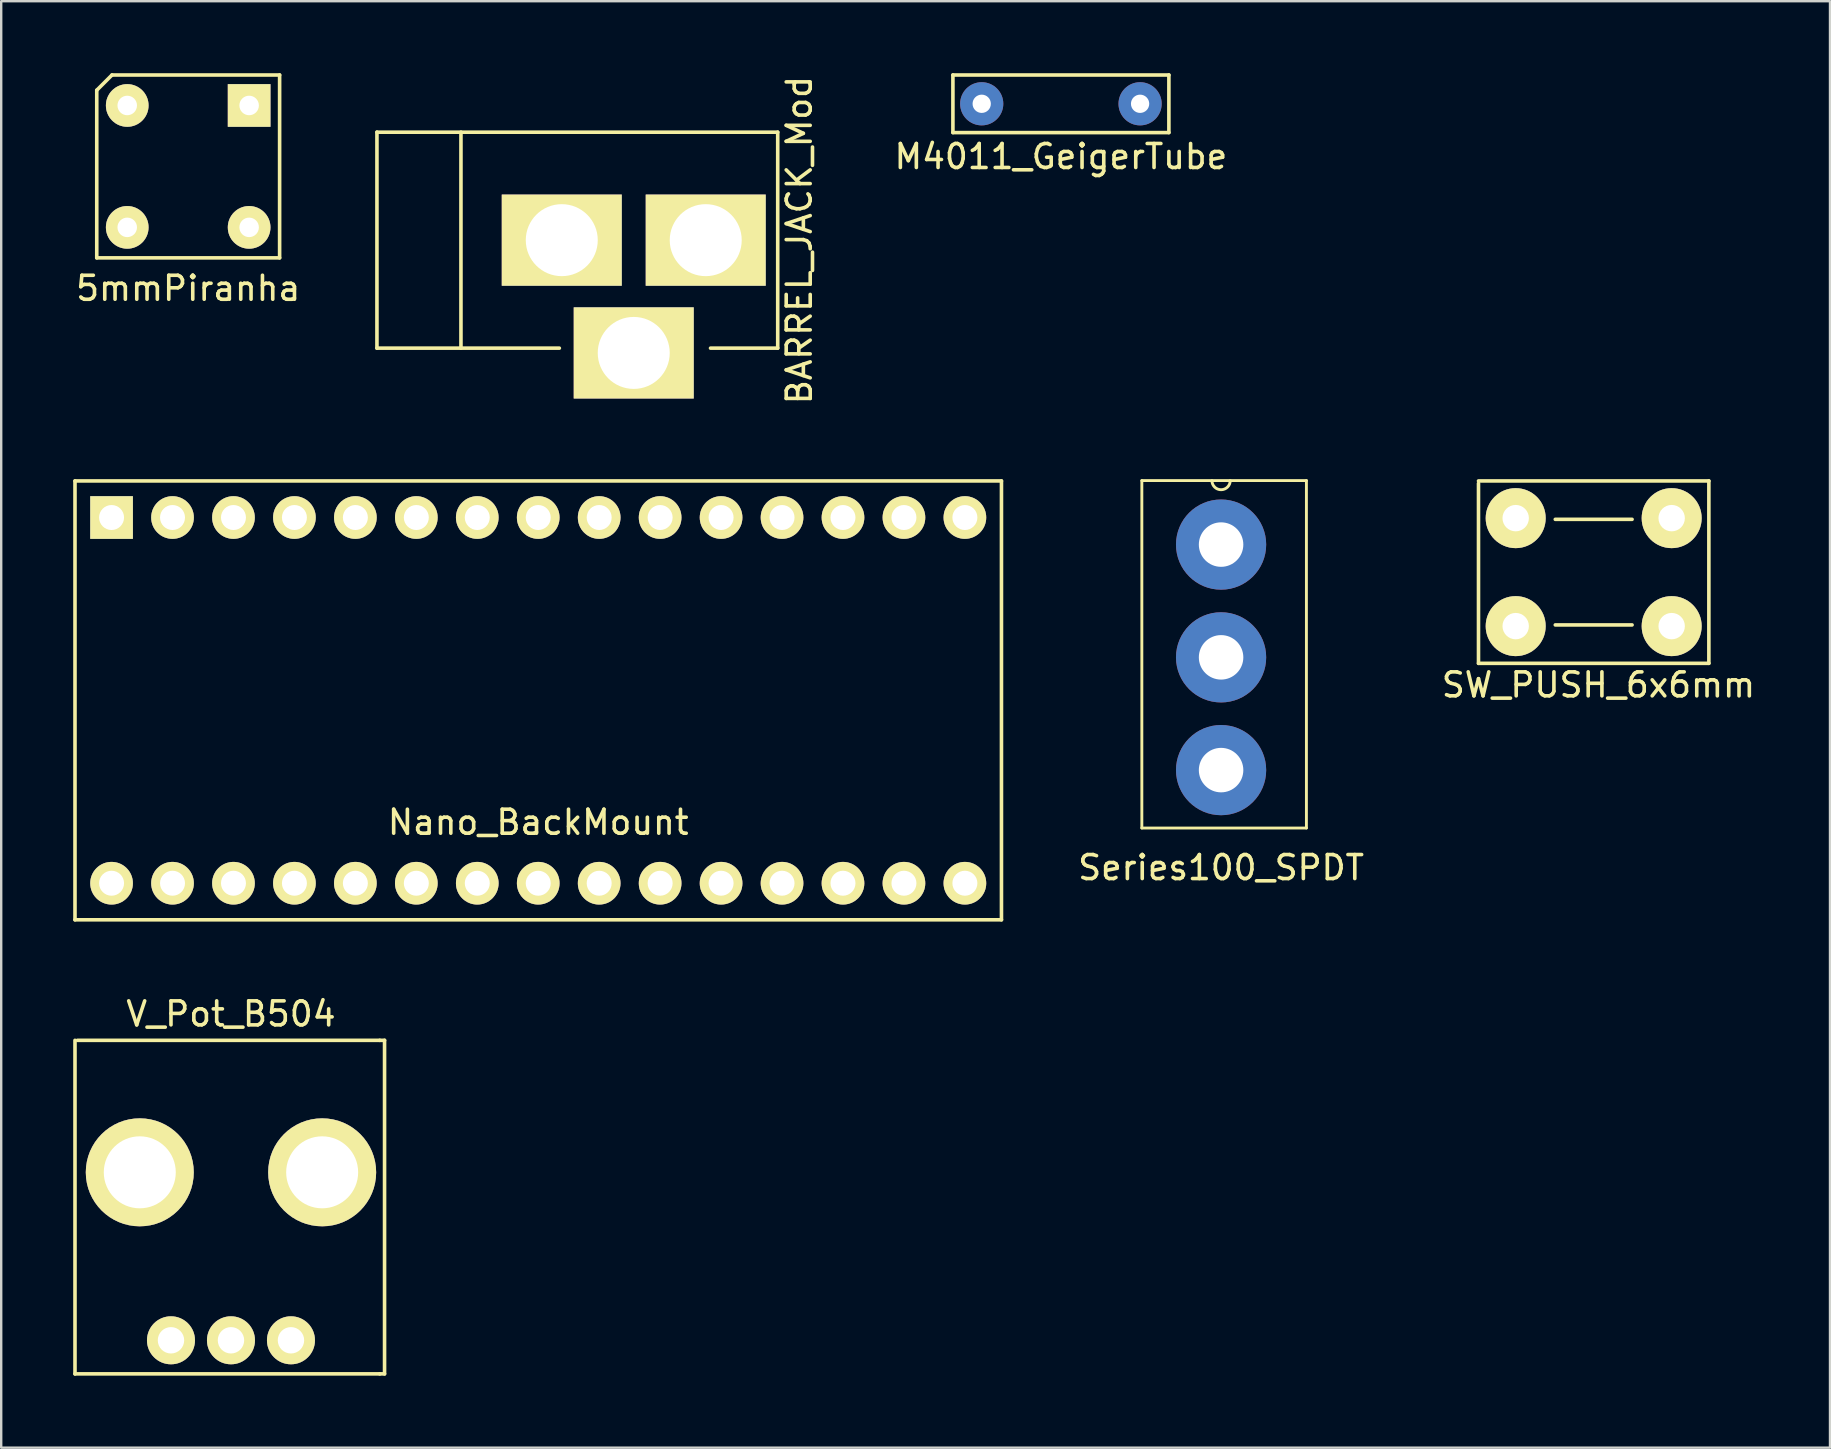
<source format=kicad_pcb>
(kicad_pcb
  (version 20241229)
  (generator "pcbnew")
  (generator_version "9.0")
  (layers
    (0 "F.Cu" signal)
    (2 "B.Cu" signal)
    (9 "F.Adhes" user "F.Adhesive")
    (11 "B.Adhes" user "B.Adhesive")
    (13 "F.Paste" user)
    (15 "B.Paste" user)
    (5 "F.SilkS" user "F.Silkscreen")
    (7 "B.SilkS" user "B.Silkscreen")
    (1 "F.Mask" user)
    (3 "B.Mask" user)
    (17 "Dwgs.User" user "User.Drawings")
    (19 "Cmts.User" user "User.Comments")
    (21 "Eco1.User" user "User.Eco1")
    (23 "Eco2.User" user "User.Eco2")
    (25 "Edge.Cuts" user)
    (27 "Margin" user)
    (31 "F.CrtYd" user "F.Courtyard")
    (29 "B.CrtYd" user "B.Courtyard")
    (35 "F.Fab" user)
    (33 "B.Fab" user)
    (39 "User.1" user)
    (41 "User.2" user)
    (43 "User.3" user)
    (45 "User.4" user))
  (footprint "SW_PUSH_6x6mm"
    (layer "F.Cu")
    (at 63.362 20.792)
    (property "Reference" "SW_PUSH_6x6mm" (at 0.2 4.7 0) (layer "F.SilkS") (effects (font (size 1 1) (thickness 0.15))))
    (attr through_hole)
    (fp_line (start -4.8 -3.8) (end 4.8 -3.8) (stroke (width 0.15) (type solid)) (layer "F.SilkS"))
    (fp_line (start -4.8 3.8) (end -4.8 -3.7) (stroke (width 0.15) (type solid)) (layer "F.SilkS"))
    (fp_line (start -1.6 -2.2) (end 1.6 -2.2) (stroke (width 0.15) (type solid)) (layer "F.SilkS"))
    (fp_line (start -1.6 2.2) (end 1.6 2.2) (stroke (width 0.15) (type solid)) (layer "F.SilkS"))
    (fp_line (start 4.8 -3.8) (end 4.8 3.8) (stroke (width 0.15) (type solid)) (layer "F.SilkS"))
    (fp_line (start 4.8 3.8) (end -4.8 3.8) (stroke (width 0.15) (type solid)) (layer "F.SilkS"))
    (pad "1" thru_hole circle (at -3.25 -2.25) (size 2.5 2.5) (drill 1.1) (layers "*.Cu" "*.Mask" "F.SilkS"))
    (pad "2" thru_hole circle (at 3.25 -2.25) (size 2.5 2.5) (drill 1.1) (layers "*.Cu" "*.Mask" "F.SilkS"))
    (pad "3" thru_hole circle (at 3.25 2.25) (size 2.5 2.5) (drill 1.1) (layers "*.Cu" "*.Mask" "F.SilkS"))
    (pad "4" thru_hole circle (at -3.25 2.25) (size 2.5 2.5) (drill 1.1) (layers "*.Cu" "*.Mask" "F.SilkS")))
  (footprint "BARREL_JACK_Mod"
    (layer "F.Cu")
    (at 20.159 6.958)
    (property "Reference" "BARREL_JACK_Mod" (at 10.099 0 90) (layer "F.SilkS") (effects (font (size 1 1) (thickness 0.15))))
    (attr through_hole)
    (fp_line (start -7.501 -4.501) (end -7.501 4.501) (stroke (width 0.15) (type solid)) (layer "F.SilkS"))
    (fp_line (start -7.5 -4.5) (end 9.2 -4.5) (stroke (width 0.15) (type solid)) (layer "F.SilkS"))
    (fp_line (start -7.5 4.5) (end 0.1 4.5) (stroke (width 0.15) (type solid)) (layer "F.SilkS"))
    (fp_line (start -4 -4.501) (end -4 4.501) (stroke (width 0.15) (type solid)) (layer "F.SilkS"))
    (fp_line (start 9.2 -4.5) (end 9.2 4.5) (stroke (width 0.15) (type solid)) (layer "F.SilkS"))
    (fp_line (start 9.2 4.5) (end 6.4 4.5) (stroke (width 0.15) (type solid)) (layer "F.SilkS"))
    (pad "1" thru_hole rect (at 6.2 0) (size 5 3.8) (drill 3) (layers "*.Cu" "*.Mask" "F.SilkS"))
    (pad "2" thru_hole rect (at 0.201 0) (size 5 3.8) (drill 3) (layers "*.Cu" "*.Mask" "F.SilkS"))
    (pad "3" thru_hole rect (at 3.2 4.699) (size 5 3.8) (drill 3) (layers "*.Cu" "*.Mask" "F.SilkS")))
  (footprint "Series100_SPDT"
    (layer "F.Cu")
    (at 47.835 24.343)
    (property "Reference" "Series100_SPDT" (at 0 8.763 0) (layer "F.SilkS") (effects (font (size 1 1) (thickness 0.15))))
    (attr through_hole)
    (fp_line (start -3.302 -7.366) (end 3.556 -7.366) (stroke (width 0.12) (type solid)) (layer "F.SilkS"))
    (fp_line (start -3.302 7.112) (end -3.302 -7.366) (stroke (width 0.12) (type solid)) (layer "F.SilkS"))
    (fp_line (start -3.302 7.112) (end 3.556 7.112) (stroke (width 0.12) (type solid)) (layer "F.SilkS"))
    (fp_line (start 3.556 -7.366) (end 3.556 7.112) (stroke (width 0.12) (type solid)) (layer "F.SilkS"))
    (fp_arc (start 0.381 -7.366) (mid 0 -6.985) (end -0.381 -7.366) (stroke (width 0.12) (type solid)) (layer "F.SilkS"))
    (pad "1" thru_hole circle (at 0 4.699) (size 3.759 3.759) (drill 1.854) (layers "*.Cu" "*.Mask"))
    (pad "2" thru_hole circle (at 0 0) (size 3.759 3.759) (drill 1.854) (layers "*.Cu" "*.Mask"))
    (pad "3" thru_hole circle (at 0 -4.699) (size 3.759 3.759) (drill 1.854) (layers "*.Cu" "*.Mask")))
  (footprint "V_Pot_B504"
    (layer "F.Cu")
    (at 6.575 52.803)
    (property "Reference" "V_Pot_B504" (at 0 -13.6 0) (layer "F.SilkS") (effects (font (size 1 1) (thickness 0.15))))
    (attr through_hole)
    (fp_line (start -6.5 1.4) (end -6.5 -12.5) (stroke (width 0.15) (type solid)) (layer "F.SilkS"))
    (fp_line (start -6.4 -12.5) (end 6.2 -12.5) (stroke (width 0.15) (type solid)) (layer "F.SilkS"))
    (fp_line (start 6.2 1.4) (end -6.5 1.4) (stroke (width 0.15) (type solid)) (layer "F.SilkS"))
    (fp_line (start 6.4 -12.5) (end 6.2 -12.5) (stroke (width 0.15) (type solid)) (layer "F.SilkS"))
    (fp_line (start 6.4 -12.5) (end 6.4 1.4) (stroke (width 0.15) (type solid)) (layer "F.SilkS"))
    (fp_line (start 6.4 1.4) (end 6.2 1.4) (stroke (width 0.15) (type solid)) (layer "F.SilkS"))
    (pad "1" thru_hole circle (at -2.5 0) (size 2 2) (drill 1.1) (layers "*.Cu" "*.Mask" "F.SilkS"))
    (pad "2" thru_hole circle (at 0 0) (size 2 2) (drill 1.1) (layers "*.Cu" "*.Mask" "F.SilkS"))
    (pad "3" thru_hole circle (at 2.5 0) (size 2 2) (drill 1.1) (layers "*.Cu" "*.Mask" "F.SilkS"))
    (pad "4" thru_hole circle (at 3.8 -7) (size 4.5 4.5) (drill 3) (layers "*.Cu" "*.Mask" "F.SilkS"))
    (pad "5" thru_hole circle (at -3.8 -7) (size 4.5 4.5) (drill 3) (layers "*.Cu" "*.Mask" "F.SilkS")))
  (footprint "Nano_BackMount"
    (layer "F.Cu")
    (at 19.379 26.136)
    (property "Reference" "Nano_BackMount" (at 0 5.08 0) (layer "F.SilkS") (effects (font (size 1 1) (thickness 0.15))))
    (attr through_hole)
    (fp_line (start -19.304 -9.144) (end 19.304 -9.144) (stroke (width 0.15) (type solid)) (layer "F.SilkS"))
    (fp_line (start -19.304 9.144) (end -19.304 -9.144) (stroke (width 0.15) (type solid)) (layer "F.SilkS"))
    (fp_line (start 19.304 -9.144) (end 19.304 9.144) (stroke (width 0.15) (type solid)) (layer "F.SilkS"))
    (fp_line (start 19.304 9.144) (end -19.304 9.144) (stroke (width 0.15) (type solid)) (layer "F.SilkS"))
    (pad "1" thru_hole rect (at -17.78 -7.62) (size 1.778 1.778) (drill 1.041) (layers "*.Cu" "*.Mask" "F.SilkS"))
    (pad "2" thru_hole circle (at -15.24 -7.62) (size 1.778 1.778) (drill 1.041) (layers "*.Cu" "*.Mask" "F.SilkS"))
    (pad "3" thru_hole circle (at -12.7 -7.62) (size 1.778 1.778) (drill 1.041) (layers "*.Cu" "*.Mask" "F.SilkS"))
    (pad "4" thru_hole circle (at -10.16 -7.62) (size 1.778 1.778) (drill 1.041) (layers "*.Cu" "*.Mask" "F.SilkS"))
    (pad "5" thru_hole circle (at -7.62 -7.62) (size 1.778 1.778) (drill 1.041) (layers "*.Cu" "*.Mask" "F.SilkS"))
    (pad "6" thru_hole circle (at -5.08 -7.62) (size 1.778 1.778) (drill 1.041) (layers "*.Cu" "*.Mask" "F.SilkS"))
    (pad "7" thru_hole circle (at -2.54 -7.62) (size 1.778 1.778) (drill 1.041) (layers "*.Cu" "*.Mask" "F.SilkS"))
    (pad "8" thru_hole circle (at 0 -7.62) (size 1.778 1.778) (drill 1.041) (layers "*.Cu" "*.Mask" "F.SilkS"))
    (pad "9" thru_hole circle (at 2.54 -7.62) (size 1.778 1.778) (drill 1.041) (layers "*.Cu" "*.Mask" "F.SilkS"))
    (pad "10" thru_hole circle (at 5.08 -7.62) (size 1.778 1.778) (drill 1.041) (layers "*.Cu" "*.Mask" "F.SilkS"))
    (pad "11" thru_hole circle (at 7.62 -7.62) (size 1.778 1.778) (drill 1.041) (layers "*.Cu" "*.Mask" "F.SilkS"))
    (pad "12" thru_hole circle (at 10.16 -7.62) (size 1.778 1.778) (drill 1.041) (layers "*.Cu" "*.Mask" "F.SilkS"))
    (pad "13" thru_hole circle (at 12.7 -7.62) (size 1.778 1.778) (drill 1.041) (layers "*.Cu" "*.Mask" "F.SilkS"))
    (pad "14" thru_hole circle (at 15.24 -7.62) (size 1.778 1.778) (drill 1.041) (layers "*.Cu" "*.Mask" "F.SilkS"))
    (pad "15" thru_hole circle (at 17.78 -7.62) (size 1.778 1.778) (drill 1.041) (layers "*.Cu" "*.Mask" "F.SilkS"))
    (pad "16" thru_hole circle (at 17.78 7.62) (size 1.778 1.778) (drill 1.041) (layers "*.Cu" "*.Mask" "F.SilkS"))
    (pad "17" thru_hole circle (at 15.24 7.62) (size 1.778 1.778) (drill 1.041) (layers "*.Cu" "*.Mask" "F.SilkS"))
    (pad "18" thru_hole circle (at 12.7 7.62) (size 1.778 1.778) (drill 1.041) (layers "*.Cu" "*.Mask" "F.SilkS"))
    (pad "19" thru_hole circle (at 10.16 7.62) (size 1.778 1.778) (drill 1.041) (layers "*.Cu" "*.Mask" "F.SilkS"))
    (pad "20" thru_hole circle (at 7.62 7.62) (size 1.778 1.778) (drill 1.041) (layers "*.Cu" "*.Mask" "F.SilkS"))
    (pad "21" thru_hole circle (at 5.08 7.62) (size 1.778 1.778) (drill 1.041) (layers "*.Cu" "*.Mask" "F.SilkS"))
    (pad "22" thru_hole circle (at 2.54 7.62) (size 1.778 1.778) (drill 1.041) (layers "*.Cu" "*.Mask" "F.SilkS"))
    (pad "23" thru_hole circle (at 0 7.62) (size 1.778 1.778) (drill 1.041) (layers "*.Cu" "*.Mask" "F.SilkS"))
    (pad "24" thru_hole circle (at -2.54 7.62) (size 1.778 1.778) (drill 1.041) (layers "*.Cu" "*.Mask" "F.SilkS"))
    (pad "25" thru_hole circle (at -5.08 7.62) (size 1.778 1.778) (drill 1.041) (layers "*.Cu" "*.Mask" "F.SilkS"))
    (pad "26" thru_hole circle (at -7.62 7.62) (size 1.778 1.778) (drill 1.041) (layers "*.Cu" "*.Mask" "F.SilkS"))
    (pad "27" thru_hole circle (at -10.16 7.62) (size 1.778 1.778) (drill 1.041) (layers "*.Cu" "*.Mask" "F.SilkS"))
    (pad "28" thru_hole circle (at -12.7 7.62) (size 1.778 1.778) (drill 1.041) (layers "*.Cu" "*.Mask" "F.SilkS"))
    (pad "29" thru_hole circle (at -15.24 7.62) (size 1.778 1.778) (drill 1.041) (layers "*.Cu" "*.Mask" "F.SilkS"))
    (pad "30" thru_hole circle (at -17.78 7.62) (size 1.778 1.778) (drill 1.041) (layers "*.Cu" "*.Mask" "F.SilkS")))
  (footprint "5mmPiranha"
    (layer "F.Cu")
    (at 4.792 3.885)
    (property "Reference" "5mmPiranha" (at 0 5.08 0) (layer "F.SilkS") (effects (font (size 1 1) (thickness 0.15))))
    (attr through_hole)
    (fp_line (start -3.81 -3.175) (end -3.81 3.81) (stroke (width 0.15) (type solid)) (layer "F.SilkS"))
    (fp_line (start -3.175 -3.81) (end -3.81 -3.175) (stroke (width 0.15) (type solid)) (layer "F.SilkS"))
    (fp_line (start 3.81 -3.81) (end -3.175 -3.81) (stroke (width 0.15) (type solid)) (layer "F.SilkS"))
    (fp_line (start 3.81 -3.81) (end 3.81 3.81) (stroke (width 0.15) (type solid)) (layer "F.SilkS"))
    (fp_line (start 3.81 3.81) (end -3.81 3.81) (stroke (width 0.15) (type solid)) (layer "F.SilkS"))
    (pad "1" thru_hole rect (at 2.54 -2.54) (size 1.778 1.778) (drill 0.813) (layers "*.Cu" "*.Mask" "F.SilkS"))
    (pad "2" thru_hole circle (at 2.54 2.54) (size 1.778 1.778) (drill 0.813) (layers "*.Cu" "*.Mask" "F.SilkS"))
    (pad "3" thru_hole circle (at -2.54 2.54) (size 1.778 1.778) (drill 0.813) (layers "*.Cu" "*.Mask" "F.SilkS"))
    (pad "4" thru_hole circle (at -2.54 -2.54) (size 1.778 1.778) (drill 0.813) (layers "*.Cu" "*.Mask" "F.SilkS")))
  (footprint "M4011_GeigerTube"
    (layer "F.Cu")
    (at 41.16 1.275)
    (property "Reference" "M4011_GeigerTube" (at 0 2.2 0) (layer "F.SilkS") (effects (font (size 1 1) (thickness 0.15))))
    (attr through_hole)
    (fp_line (start -4.5 -1.2) (end -4.5 1.2) (stroke (width 0.15) (type solid)) (layer "F.SilkS"))
    (fp_line (start -4.5 1.2) (end 4.5 1.2) (stroke (width 0.15) (type solid)) (layer "F.SilkS"))
    (fp_line (start 4.5 -1.2) (end -4.5 -1.2) (stroke (width 0.15) (type solid)) (layer "F.SilkS"))
    (fp_line (start 4.5 1.2) (end 4.5 -1.2) (stroke (width 0.15) (type solid)) (layer "F.SilkS"))
    (pad "1" thru_hole circle (at -3.3 0) (size 1.8 1.8) (drill 0.762) (layers "*.Cu" "*.Mask"))
    (pad "2" thru_hole circle (at 3.3 0) (size 1.8 1.8) (drill 0.762) (layers "*.Cu" "*.Mask")))
  (gr_rect
    (start -3 -3)
    (end 73.21 57.278)
    (stroke (width 0.1) (type default))
    (fill no)
    (layer "Edge.Cuts")))
</source>
